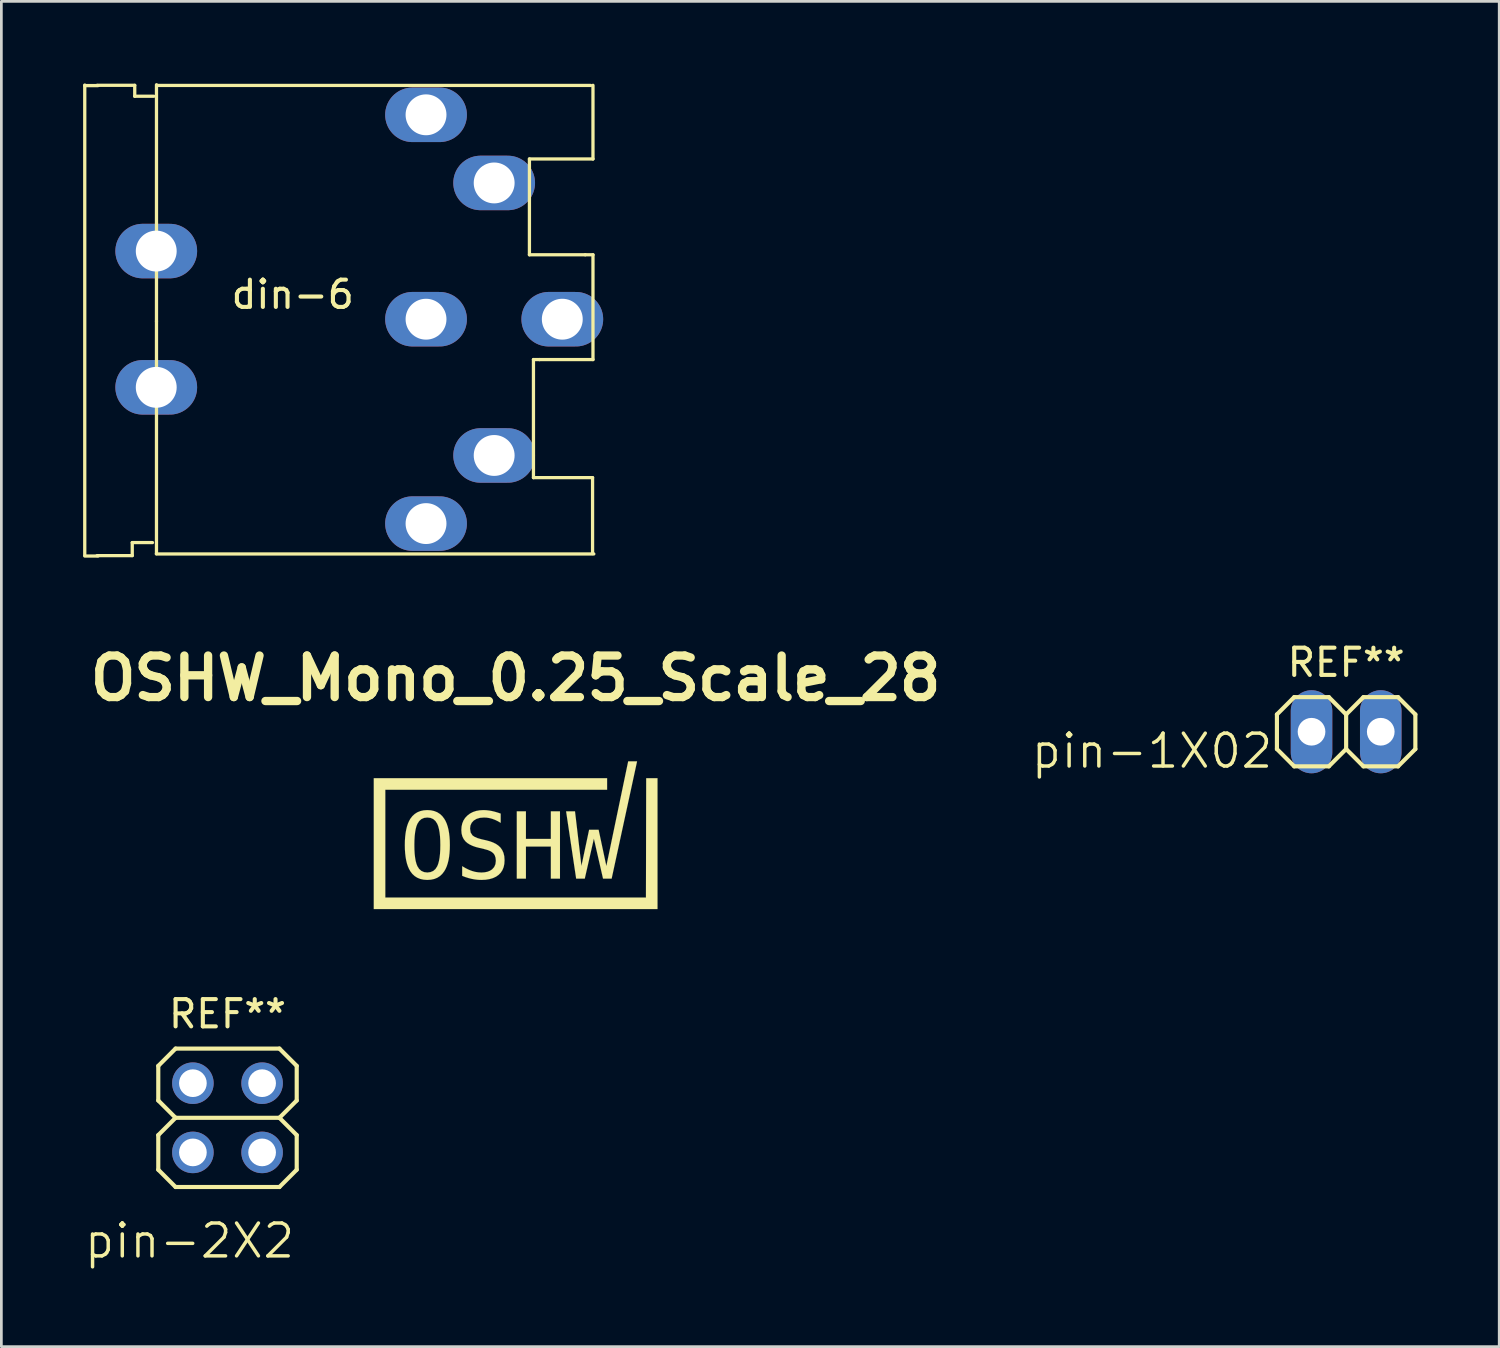
<source format=kicad_pcb>
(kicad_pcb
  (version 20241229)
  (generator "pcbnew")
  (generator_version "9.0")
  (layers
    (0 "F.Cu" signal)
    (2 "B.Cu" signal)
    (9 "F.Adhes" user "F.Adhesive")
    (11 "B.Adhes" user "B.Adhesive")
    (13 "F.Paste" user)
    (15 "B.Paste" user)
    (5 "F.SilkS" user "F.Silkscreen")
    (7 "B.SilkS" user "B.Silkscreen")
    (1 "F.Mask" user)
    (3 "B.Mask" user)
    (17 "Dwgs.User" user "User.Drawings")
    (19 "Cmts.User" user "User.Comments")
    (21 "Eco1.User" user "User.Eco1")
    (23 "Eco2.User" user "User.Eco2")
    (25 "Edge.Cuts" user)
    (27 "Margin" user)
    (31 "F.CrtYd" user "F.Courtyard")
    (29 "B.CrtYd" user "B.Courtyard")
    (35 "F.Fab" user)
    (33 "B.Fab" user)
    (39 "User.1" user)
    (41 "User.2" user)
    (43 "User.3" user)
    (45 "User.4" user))
  (footprint "din-6"
    (layer "F.Cu")
    (at 9.814 8.732)
    (property "Reference" "din-6" (at -2.123 -0.975 180) (layer "F.SilkS") (effects (font (size 1 1) (thickness 0.15))))
    (attr through_hole)
    (fp_line (start -9.754 -8.661) (end -9.754 8.595) (stroke (width 0.12) (type solid)) (layer "F.SilkS"))
    (fp_line (start -9.754 -8.641) (end -9.266 -8.641) (stroke (width 0.12) (type solid)) (layer "F.SilkS"))
    (fp_line (start -9.754 8.621) (end -9.266 8.621) (stroke (width 0.12) (type solid)) (layer "F.SilkS"))
    (fp_line (start -9.301 8.606) (end -8.011 8.606) (stroke (width 0.12) (type solid)) (layer "F.SilkS"))
    (fp_line (start -8.011 8.128) (end -7.269 8.128) (stroke (width 0.12) (type solid)) (layer "F.SilkS"))
    (fp_line (start -8.011 8.606) (end -8.011 8.128) (stroke (width 0.12) (type solid)) (layer "F.SilkS"))
    (fp_line (start -7.92 -8.651) (end -9.301 -8.651) (stroke (width 0.12) (type solid)) (layer "F.SilkS"))
    (fp_line (start -7.92 -8.25) (end -7.92 -8.651) (stroke (width 0.12) (type solid)) (layer "F.SilkS"))
    (fp_line (start -7.219 -8.25) (end -7.92 -8.25) (stroke (width 0.12) (type solid)) (layer "F.SilkS"))
    (fp_line (start -7.127 8.545) (end 8.926 8.545) (stroke (width 0.12) (type solid)) (layer "F.SilkS"))
    (fp_line (start -7.122 0) (end -7.122 -8.672) (stroke (width 0.12) (type solid)) (layer "F.SilkS"))
    (fp_line (start -7.122 0.005) (end -7.122 8.534) (stroke (width 0.12) (type solid)) (layer "F.SilkS"))
    (fp_line (start -7.117 -8.646) (end 8.814 -8.646) (stroke (width 0.12) (type solid)) (layer "F.SilkS"))
    (fp_line (start 6.563 -5.949) (end 6.563 -2.433) (stroke (width 0.12) (type solid)) (layer "F.SilkS"))
    (fp_line (start 6.563 -2.433) (end 8.611 -2.433) (stroke (width 0.12) (type solid)) (layer "F.SilkS"))
    (fp_line (start 6.711 1.412) (end 6.711 5.745) (stroke (width 0.12) (type solid)) (layer "F.SilkS"))
    (fp_line (start 6.711 5.745) (end 8.88 5.745) (stroke (width 0.12) (type solid)) (layer "F.SilkS"))
    (fp_line (start 6.934 1.412) (end 6.711 1.412) (stroke (width 0.12) (type solid)) (layer "F.SilkS"))
    (fp_line (start 8.611 -2.433) (end 8.895 -2.433) (stroke (width 0.12) (type solid)) (layer "F.SilkS"))
    (fp_line (start 8.88 5.745) (end 8.88 8.529) (stroke (width 0.12) (type solid)) (layer "F.SilkS"))
    (fp_line (start 8.895 -8.651) (end 8.895 -5.949) (stroke (width 0.12) (type solid)) (layer "F.SilkS"))
    (fp_line (start 8.895 -5.949) (end 6.563 -5.949) (stroke (width 0.12) (type solid)) (layer "F.SilkS"))
    (fp_line (start 8.895 -2.433) (end 8.895 1.412) (stroke (width 0.12) (type solid)) (layer "F.SilkS"))
    (fp_line (start 8.895 1.412) (end 6.934 1.412) (stroke (width 0.12) (type solid)) (layer "F.SilkS"))
    (pad "1" thru_hole oval (at 2.769 7.431) (size 3 2) (drill 1.5) (layers "*.Cu" "*.Mask"))
    (pad "2" thru_hole oval (at 5.269 4.931) (size 3 2) (drill 1.5) (layers "*.Cu" "*.Mask"))
    (pad "3" thru_hole oval (at 2.769 -0.069) (size 3 2) (drill 1.5) (layers "*.Cu" "*.Mask"))
    (pad "4" thru_hole oval (at 5.269 -5.069) (size 3 2) (drill 1.5) (layers "*.Cu" "*.Mask"))
    (pad "5" thru_hole oval (at 2.769 -7.569) (size 3 2) (drill 1.5) (layers "*.Cu" "*.Mask"))
    (pad "6" thru_hole oval (at 7.769 -0.069) (size 3 2) (drill 1.5) (layers "*.Cu" "*.Mask"))
    (pad "7" thru_hole oval (at -7.131 2.431) (size 3 2) (drill oval 1.5) (layers "*.Cu" "*.Mask"))
    (pad "8" thru_hole oval (at -7.131 -2.569) (size 3 2) (drill oval 1.5) (layers "*.Cu" "*.Mask")))
  (footprint "pin-1X02"
    (layer "F.Cu")
    (at 46.346 23.801)
    (property "Reference" "pin-1X02" (at -2.616 0 0) (layer "F.SilkS") (effects (font (size 1.206 1.206) (thickness 0.127)) (justify right top)))
    (attr through_hole)
    (fp_line (start -2.54 -0.635) (end -2.54 0.635) (stroke (width 0.152) (type solid)) (layer "F.SilkS"))
    (fp_line (start -2.54 0.635) (end -1.905 1.27) (stroke (width 0.152) (type solid)) (layer "F.SilkS"))
    (fp_line (start -1.905 -1.27) (end -2.54 -0.635) (stroke (width 0.152) (type solid)) (layer "F.SilkS"))
    (fp_line (start -1.905 -1.27) (end -0.635 -1.27) (stroke (width 0.152) (type solid)) (layer "F.SilkS"))
    (fp_line (start -0.635 -1.27) (end 0 -0.635) (stroke (width 0.152) (type solid)) (layer "F.SilkS"))
    (fp_line (start -0.635 1.27) (end -1.905 1.27) (stroke (width 0.152) (type solid)) (layer "F.SilkS"))
    (fp_line (start 0 -0.635) (end 0 0.635) (stroke (width 0.152) (type solid)) (layer "F.SilkS"))
    (fp_line (start 0 -0.635) (end 0.635 -1.27) (stroke (width 0.152) (type solid)) (layer "F.SilkS"))
    (fp_line (start 0 0.635) (end -0.635 1.27) (stroke (width 0.152) (type solid)) (layer "F.SilkS"))
    (fp_line (start 0.635 -1.27) (end 1.905 -1.27) (stroke (width 0.152) (type solid)) (layer "F.SilkS"))
    (fp_line (start 0.635 1.27) (end 0 0.635) (stroke (width 0.152) (type solid)) (layer "F.SilkS"))
    (fp_line (start 1.905 -1.27) (end 2.54 -0.635) (stroke (width 0.152) (type solid)) (layer "F.SilkS"))
    (fp_line (start 1.905 1.27) (end 0.635 1.27) (stroke (width 0.152) (type solid)) (layer "F.SilkS"))
    (fp_line (start 2.54 -0.635) (end 2.54 0.635) (stroke (width 0.152) (type solid)) (layer "F.SilkS"))
    (fp_line (start 2.54 0.635) (end 1.905 1.27) (stroke (width 0.152) (type solid)) (layer "F.SilkS"))
    (fp_poly (pts (xy -1.524 0.254) (xy -1.016 0.254) (xy -1.016 -0.254) (xy -1.524 -0.254)) (stroke (width 0.1) (type solid)) (fill no) (layer "F.Fab"))
    (fp_poly (pts (xy 1.016 0.254) (xy 1.524 0.254) (xy 1.524 -0.254) (xy 1.016 -0.254)) (stroke (width 0.1) (type solid)) (fill no) (layer "F.Fab"))
    (fp_text user "REF**" (at 0 -2.54 0) (layer "F.SilkS") (effects (font (size 1 1) (thickness 0.15))))
    (pad "1" thru_hole oval (at -1.27 0 90) (size 3.048 1.524) (drill 1.016) (layers "*.Cu" "*.Mask"))
    (pad "2" thru_hole oval (at 1.27 0 90) (size 3.048 1.524) (drill 1.016) (layers "*.Cu" "*.Mask")))
  (footprint "OSHW_Mono_0.25_Scale_28"
    (layer "F.Cu")
    (at 15.871 27.597)
    (property "Reference" "OSHW_Mono_0.25_Scale_28" (at 0 -5.758 0) (layer "F.SilkS") (effects (font (size 1.524 1.524) (thickness 0.305))))
    (attr through_hole)
    (fp_poly (pts (xy 0.042 -0.876) (xy 0.377 -0.876) (xy 0.377 0.136) (xy 1.292 0.136) (xy 1.292 -0.876) (xy 1.627 -0.876) (xy 1.627 1.593) (xy 1.292 1.593) (xy 1.292 0.417) (xy 0.377 0.417) (xy 0.377 1.593) (xy 0.042 1.593) (xy 0.042 -0.876)) (stroke (width 0.003) (type solid)) (fill yes) (layer "F.SilkS"))
    (fp_poly (pts (xy 1.852 -0.876) (xy 2.178 -0.876) (xy 2.415 1.128) (xy 2.696 -0.198) (xy 3.045 -0.198) (xy 3.329 1.132) (xy 4.13 -2.71) (xy 4.456 -2.71) (xy 3.523 1.593) (xy 3.207 1.593) (xy 2.871 0.126) (xy 2.537 1.593) (xy 2.221 1.593) (xy 1.852 -0.876)) (stroke (width 0.003) (type solid)) (fill yes) (layer "F.SilkS"))
    (fp_poly (pts (xy -5.206 -2.092) (xy -5.206 -1.88) (xy -5.206 2.499) (xy -5.206 2.71) (xy -4.994 2.71) (xy 4.994 2.71) (xy 5.206 2.71) (xy 5.206 2.499) (xy 5.206 -2.092) (xy 4.791 -2.092) (xy 4.782 2.287) (xy -4.782 2.287) (xy -4.782 -1.668) (xy 3.356 -1.668) (xy 3.356 -2.092) (xy -4.994 -2.092) (xy -5.206 -2.092)) (stroke (width 0.003) (type solid)) (fill yes) (layer "F.SilkS"))
    (fp_poly (pts (xy -0.549 -0.792) (xy -0.549 -0.453) (xy -0.65 -0.512) (xy -0.752 -0.561) (xy -0.855 -0.6) (xy -0.956 -0.627) (xy -1.059 -0.644) (xy -1.162 -0.649) (xy -1.309 -0.637) (xy -1.433 -0.6) (xy -1.536 -0.539) (xy -1.612 -0.457) (xy -1.658 -0.359) (xy -1.673 -0.243) (xy -1.651 -0.098) (xy -1.584 0.007) (xy -1.506 0.061) (xy -1.394 0.109) (xy -1.247 0.151) (xy -1.071 0.191) (xy -0.94 0.227) (xy -0.824 0.27) (xy -0.722 0.321) (xy -0.636 0.38) (xy -0.565 0.445) (xy -0.496 0.54) (xy -0.446 0.65) (xy -0.416 0.776) (xy -0.407 0.918) (xy -0.415 1.052) (xy -0.441 1.173) (xy -0.485 1.281) (xy -0.546 1.375) (xy -0.625 1.456) (xy -0.72 1.522) (xy -0.831 1.574) (xy -0.958 1.611) (xy -1.101 1.634) (xy -1.26 1.641) (xy -1.376 1.637) (xy -1.492 1.624) (xy -1.609 1.603) (xy -1.726 1.574) (xy -1.843 1.537) (xy -1.961 1.492) (xy -1.961 1.137) (xy -1.837 1.21) (xy -1.717 1.269) (xy -1.602 1.313) (xy -1.488 1.345) (xy -1.374 1.363) (xy -1.26 1.37) (xy -1.14 1.363) (xy -1.035 1.342) (xy -0.944 1.306) (xy -0.866 1.257) (xy -0.788 1.171) (xy -0.741 1.065) (xy -0.726 0.94) (xy -0.737 0.826) (xy -0.769 0.732) (xy -0.823 0.657) (xy -0.903 0.597) (xy -1.015 0.547) (xy -1.159 0.507) (xy -1.338 0.465) (xy -1.468 0.431) (xy -1.583 0.39) (xy -1.682 0.343) (xy -1.767 0.29) (xy -1.837 0.23) (xy -1.905 0.145) (xy -1.954 0.046) (xy -1.983 -0.066) (xy -1.992 -0.191) (xy -1.983 -0.318) (xy -1.957 -0.435) (xy -1.913 -0.541) (xy -1.851 -0.636) (xy -1.771 -0.72) (xy -1.676 -0.793) (xy -1.569 -0.849) (xy -1.45 -0.889) (xy -1.32 -0.913) (xy -1.179 -0.921) (xy -1.082 -0.917) (xy -0.983 -0.906) (xy -0.879 -0.888) (xy -0.773 -0.863) (xy -0.663 -0.831) (xy -0.549 -0.792)) (stroke (width 0.003) (type solid)) (fill yes) (layer "F.SilkS"))
    (fp_poly (pts (xy -2.763 0.361) (xy -2.414 0.361) (xy -2.417 0.517) (xy -2.427 0.663) (xy -2.443 0.799) (xy -2.465 0.924) (xy -2.494 1.039) (xy -2.529 1.144) (xy -2.571 1.239) (xy -2.619 1.323) (xy -2.693 1.42) (xy -2.779 1.5) (xy -2.876 1.562) (xy -2.986 1.606) (xy -3.107 1.632) (xy -3.241 1.641) (xy -3.374 1.632) (xy -3.496 1.606) (xy -3.605 1.562) (xy -3.703 1.501) (xy -3.789 1.422) (xy -3.863 1.325) (xy -3.91 1.241) (xy -3.952 1.146) (xy -3.987 1.041) (xy -4.015 0.926) (xy -4.037 0.8) (xy -4.053 0.664) (xy -4.063 0.518) (xy -4.066 0.361) (xy -4.063 0.204) (xy -4.053 0.058) (xy -4.037 -0.078) (xy -4.015 -0.203) (xy -3.987 -0.319) (xy -3.952 -0.424) (xy -3.91 -0.519) (xy -3.863 -0.603) (xy -3.788 -0.7) (xy -3.702 -0.779) (xy -3.605 -0.841) (xy -3.495 -0.885) (xy -3.374 -0.912) (xy -3.241 -0.921) (xy -3.107 -0.912) (xy -2.986 -0.885) (xy -2.876 -0.841) (xy -2.779 -0.779) (xy -2.693 -0.7) (xy -2.619 -0.603) (xy -2.571 -0.519) (xy -2.529 -0.424) (xy -2.494 -0.319) (xy -2.465 -0.203) (xy -2.443 -0.078) (xy -2.427 0.058) (xy -2.417 0.204) (xy -2.414 0.361) (xy -2.763 0.361) (xy -2.766 0.188) (xy -2.775 0.033) (xy -2.791 -0.105) (xy -2.813 -0.226) (xy -2.841 -0.33) (xy -2.875 -0.416) (xy -2.94 -0.518) (xy -3.022 -0.591) (xy -3.123 -0.635) (xy -3.241 -0.649) (xy -3.359 -0.635) (xy -3.459 -0.591) (xy -3.541 -0.518) (xy -3.606 -0.416) (xy -3.64 -0.33) (xy -3.668 -0.226) (xy -3.689 -0.105) (xy -3.705 0.033) (xy -3.714 0.188) (xy -3.717 0.361) (xy -3.714 0.533) (xy -3.705 0.688) (xy -3.689 0.826) (xy -3.668 0.947) (xy -3.64 1.05) (xy -3.606 1.137) (xy -3.541 1.239) (xy -3.459 1.311) (xy -3.359 1.355) (xy -3.241 1.37) (xy -3.123 1.355) (xy -3.022 1.312) (xy -2.94 1.239) (xy -2.875 1.138) (xy -2.841 1.052) (xy -2.813 0.948) (xy -2.791 0.827) (xy -2.775 0.689) (xy -2.766 0.534) (xy -2.763 0.361)) (stroke (width 0.003) (type solid)) (fill yes) (layer "F.SilkS")))
  (footprint "pin-2X2"
    (layer "F.Cu")
    (at 5.298 37.967)
    (property "Reference" "pin-2X2" (at 2.54 3.81 180) (layer "F.SilkS") (effects (font (size 1.206 1.206) (thickness 0.127)) (justify right top)))
    (attr through_hole)
    (fp_line (start -2.54 -1.905) (end -2.54 -0.635) (stroke (width 0.152) (type solid)) (layer "F.SilkS"))
    (fp_line (start -2.54 -0.635) (end -1.905 0) (stroke (width 0.152) (type solid)) (layer "F.SilkS"))
    (fp_line (start -2.54 0.635) (end -2.54 1.905) (stroke (width 0.152) (type solid)) (layer "F.SilkS"))
    (fp_line (start -2.54 1.905) (end -1.905 2.54) (stroke (width 0.152) (type solid)) (layer "F.SilkS"))
    (fp_line (start -1.905 -2.54) (end -2.54 -1.905) (stroke (width 0.152) (type solid)) (layer "F.SilkS"))
    (fp_line (start -1.905 -2.54) (end 1.905 -2.54) (stroke (width 0.152) (type solid)) (layer "F.SilkS"))
    (fp_line (start -1.905 0) (end -2.54 0.635) (stroke (width 0.152) (type solid)) (layer "F.SilkS"))
    (fp_line (start 1.905 -2.54) (end 2.54 -1.905) (stroke (width 0.152) (type solid)) (layer "F.SilkS"))
    (fp_line (start 1.905 0) (end -1.905 0) (stroke (width 0.152) (type solid)) (layer "F.SilkS"))
    (fp_line (start 1.905 0) (end 2.54 0.635) (stroke (width 0.152) (type solid)) (layer "F.SilkS"))
    (fp_line (start 1.905 2.54) (end -1.905 2.54) (stroke (width 0.152) (type solid)) (layer "F.SilkS"))
    (fp_line (start 2.54 -1.905) (end 2.54 -0.635) (stroke (width 0.152) (type solid)) (layer "F.SilkS"))
    (fp_line (start 2.54 -0.635) (end 1.905 0) (stroke (width 0.152) (type solid)) (layer "F.SilkS"))
    (fp_line (start 2.54 0.635) (end 2.54 1.905) (stroke (width 0.152) (type solid)) (layer "F.SilkS"))
    (fp_line (start 2.54 1.905) (end 1.905 2.54) (stroke (width 0.152) (type solid)) (layer "F.SilkS"))
    (fp_poly (pts (xy -1.524 -1.524) (xy -1.524 -1.016) (xy -1.016 -1.016) (xy -1.016 -1.524)) (stroke (width 0.1) (type solid)) (fill no) (layer "F.Fab"))
    (fp_poly (pts (xy -1.524 1.016) (xy -1.524 1.524) (xy -1.016 1.524) (xy -1.016 1.016)) (stroke (width 0.1) (type solid)) (fill no) (layer "F.Fab"))
    (fp_poly (pts (xy 1.016 -1.524) (xy 1.016 -1.016) (xy 1.524 -1.016) (xy 1.524 -1.524)) (stroke (width 0.1) (type solid)) (fill no) (layer "F.Fab"))
    (fp_poly (pts (xy 1.016 1.016) (xy 1.016 1.524) (xy 1.524 1.524) (xy 1.524 1.016)) (stroke (width 0.1) (type solid)) (fill no) (layer "F.Fab"))
    (fp_text user "REF**" (at 0 -3.81 180) (layer "F.SilkS") (effects (font (size 1 1) (thickness 0.15))))
    (pad "1" thru_hole circle (at -1.27 -1.27 270) (size 1.524 1.524) (drill 1.016) (layers "*.Cu" "*.Mask"))
    (pad "2" thru_hole circle (at 1.27 -1.27 270) (size 1.524 1.524) (drill 1.016) (layers "*.Cu" "*.Mask"))
    (pad "3" thru_hole circle (at -1.27 1.27 270) (size 1.524 1.524) (drill 1.016) (layers "*.Cu" "*.Mask"))
    (pad "4" thru_hole circle (at 1.27 1.27 270) (size 1.524 1.524) (drill 1.016) (layers "*.Cu" "*.Mask")))
  (gr_rect
    (start -3 -3)
    (end 51.963 46.365)
    (stroke (width 0.1) (type default))
    (fill no)
    (layer "Edge.Cuts")))
</source>
